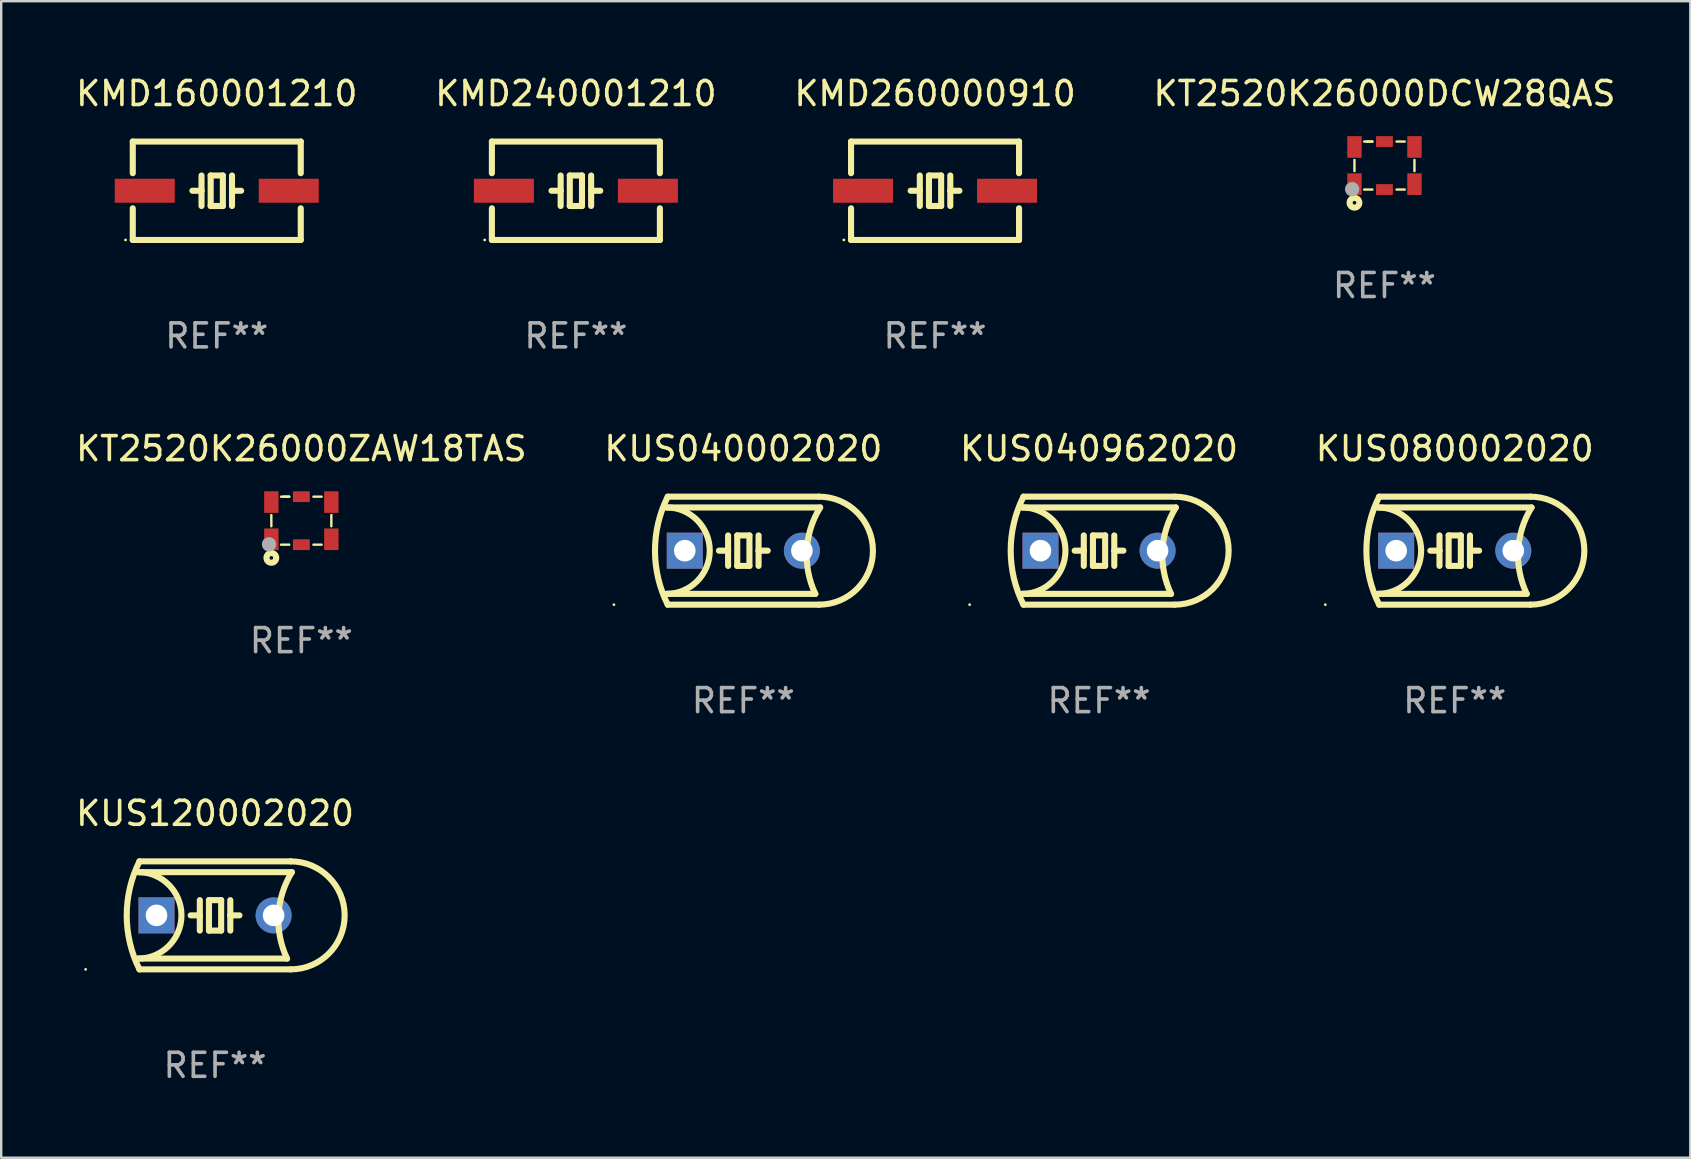
<source format=kicad_pcb>
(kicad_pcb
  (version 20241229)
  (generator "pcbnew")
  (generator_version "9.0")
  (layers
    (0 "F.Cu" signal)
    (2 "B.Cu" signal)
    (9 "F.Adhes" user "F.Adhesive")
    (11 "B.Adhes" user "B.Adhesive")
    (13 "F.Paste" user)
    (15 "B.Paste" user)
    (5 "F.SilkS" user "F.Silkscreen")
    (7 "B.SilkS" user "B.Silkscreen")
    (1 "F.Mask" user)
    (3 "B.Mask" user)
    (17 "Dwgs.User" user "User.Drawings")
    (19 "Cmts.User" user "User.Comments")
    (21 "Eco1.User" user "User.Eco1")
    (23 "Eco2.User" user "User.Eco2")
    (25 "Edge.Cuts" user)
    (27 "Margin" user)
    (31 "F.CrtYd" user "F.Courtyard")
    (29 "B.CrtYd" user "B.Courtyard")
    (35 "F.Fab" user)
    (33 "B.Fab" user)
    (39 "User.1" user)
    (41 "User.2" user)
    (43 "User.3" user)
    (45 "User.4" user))
  (footprint "KT2520K26000DCW28QAS"
    (layer "F.Cu")
    (at 54.637 3.848)
    (property "Reference" "KT2520K26000DCW28QAS" (at 0 -3 0) (layer "F.SilkS") (effects (font (size 1 1) (thickness 0.15))))
    (attr through_hole)
    (fp_line (start -1.25 0.233) (end -1.25 -0.233) (stroke (width 0.1) (type solid)) (layer "F.SilkS"))
    (fp_line (start -0.846 -1) (end -0.504 -1) (stroke (width 0.1) (type solid)) (layer "F.SilkS"))
    (fp_line (start -0.846 1) (end -0.504 1) (stroke (width 0.1) (type solid)) (layer "F.SilkS"))
    (fp_line (start -0.75 -1) (end -0.504 -1) (stroke (width 0.1) (type solid)) (layer "F.SilkS"))
    (fp_line (start 0.504 -1) (end 0.846 -1) (stroke (width 0.1) (type solid)) (layer "F.SilkS"))
    (fp_line (start 0.504 1) (end 0.846 1) (stroke (width 0.1) (type solid)) (layer "F.SilkS"))
    (fp_line (start 1.25 0.233) (end 1.25 -0.233) (stroke (width 0.1) (type solid)) (layer "F.SilkS"))
    (fp_circle (center -1.25 1.001) (end -1.22 1.001) (stroke (width 0.06) (type solid)) (fill no) (layer "F.SilkS"))
    (fp_circle (center -1.25 1.55) (end -1.174 1.55) (stroke (width 0.254) (type solid)) (fill no) (layer "F.SilkS"))
    (fp_circle (center -1.347 0.985) (end -1.197 0.985) (stroke (width 0.3) (type solid)) (fill no) (layer "F.Fab"))
    (fp_text user "REF**" (at 0 5 0) (layer "F.Fab") (effects (font (size 1 1) (thickness 0.15))))
    (pad "1" smd rect (at -1.25 0.775) (size 0.6 0.9) (layers "F.Cu" "F.Mask" "F.Paste"))
    (pad "2" smd rect (at -0.000013 1) (size 0.7 0.45) (layers "F.Cu" "F.Mask" "F.Paste"))
    (pad "3" smd rect (at 1.25 0.775) (size 0.6 0.9) (layers "F.Cu" "F.Mask" "F.Paste"))
    (pad "4" smd rect (at 1.25 -0.775) (size 0.6 0.9) (layers "F.Cu" "F.Mask" "F.Paste"))
    (pad "5" smd rect (at -0.000013 -1) (size 0.7 0.45) (layers "F.Cu" "F.Mask" "F.Paste"))
    (pad "6" smd rect (at -1.25 -0.775) (size 0.6 0.9) (layers "F.Cu" "F.Mask" "F.Paste")))
  (footprint "KT2520K26000ZAW18TAS"
    (layer "F.Cu")
    (at 9.506 18.645)
    (property "Reference" "KT2520K26000ZAW18TAS" (at 0 -3 0) (layer "F.SilkS") (effects (font (size 1 1) (thickness 0.15))))
    (attr through_hole)
    (fp_line (start -1.25 0.233) (end -1.25 -0.233) (stroke (width 0.1) (type solid)) (layer "F.SilkS"))
    (fp_line (start -0.846 -1) (end -0.504 -1) (stroke (width 0.1) (type solid)) (layer "F.SilkS"))
    (fp_line (start -0.846 1) (end -0.504 1) (stroke (width 0.1) (type solid)) (layer "F.SilkS"))
    (fp_line (start -0.75 -1) (end -0.504 -1) (stroke (width 0.1) (type solid)) (layer "F.SilkS"))
    (fp_line (start 0.504 -1) (end 0.846 -1) (stroke (width 0.1) (type solid)) (layer "F.SilkS"))
    (fp_line (start 0.504 1) (end 0.846 1) (stroke (width 0.1) (type solid)) (layer "F.SilkS"))
    (fp_line (start 1.25 0.233) (end 1.25 -0.233) (stroke (width 0.1) (type solid)) (layer "F.SilkS"))
    (fp_circle (center -1.25 1.001) (end -1.22 1.001) (stroke (width 0.06) (type solid)) (fill no) (layer "F.SilkS"))
    (fp_circle (center -1.25 1.55) (end -1.174 1.55) (stroke (width 0.254) (type solid)) (fill no) (layer "F.SilkS"))
    (fp_circle (center -1.347 0.985) (end -1.197 0.985) (stroke (width 0.3) (type solid)) (fill no) (layer "F.Fab"))
    (fp_text user "REF**" (at 0 5 0) (layer "F.Fab") (effects (font (size 1 1) (thickness 0.15))))
    (pad "1" smd rect (at -1.25 0.775) (size 0.6 0.9) (layers "F.Cu" "F.Mask" "F.Paste"))
    (pad "2" smd rect (at -0.000013 1) (size 0.7 0.45) (layers "F.Cu" "F.Mask" "F.Paste"))
    (pad "3" smd rect (at 1.25 0.775) (size 0.6 0.9) (layers "F.Cu" "F.Mask" "F.Paste"))
    (pad "4" smd rect (at 1.25 -0.775) (size 0.6 0.9) (layers "F.Cu" "F.Mask" "F.Paste"))
    (pad "5" smd rect (at -0.000013 -1) (size 0.7 0.45) (layers "F.Cu" "F.Mask" "F.Paste"))
    (pad "6" smd rect (at -1.25 -0.775) (size 0.6 0.9) (layers "F.Cu" "F.Mask" "F.Paste")))
  (footprint "KMD160001210"
    (layer "F.Cu")
    (at 5.982 4.898)
    (property "Reference" "KMD160001210" (at 0 -4.05 0) (layer "F.SilkS") (effects (font (size 1 1) (thickness 0.15))))
    (attr through_hole)
    (fp_line (start -3.5 -2.05) (end -3.5 -0.731) (stroke (width 0.254) (type solid)) (layer "F.SilkS"))
    (fp_line (start -3.5 0.731) (end -3.5 2.05) (stroke (width 0.254) (type solid)) (layer "F.SilkS"))
    (fp_line (start -3.5 2.05) (end 3.5 2.05) (stroke (width 0.254) (type solid)) (layer "F.SilkS"))
    (fp_line (start -0.635 -0.635) (end -0.635 -0.000013) (stroke (width 0.254) (type solid)) (layer "F.SilkS"))
    (fp_line (start -0.635 -0.000013) (end -1.016 -0.000013) (stroke (width 0.254) (type solid)) (layer "F.SilkS"))
    (fp_line (start -0.635 -0.000013) (end -0.635 0.635) (stroke (width 0.254) (type solid)) (layer "F.SilkS"))
    (fp_line (start -0.254 -0.635) (end -0.254 0.635) (stroke (width 0.254) (type solid)) (layer "F.SilkS"))
    (fp_line (start -0.254 0.635) (end 0.254 0.635) (stroke (width 0.254) (type solid)) (layer "F.SilkS"))
    (fp_line (start 0.254 -0.635) (end -0.254 -0.635) (stroke (width 0.254) (type solid)) (layer "F.SilkS"))
    (fp_line (start 0.254 0.635) (end 0.254 -0.635) (stroke (width 0.254) (type solid)) (layer "F.SilkS"))
    (fp_line (start 0.635 -0.635) (end 0.635 -0.000013) (stroke (width 0.254) (type solid)) (layer "F.SilkS"))
    (fp_line (start 0.635 -0.000013) (end 0.635 0.635) (stroke (width 0.254) (type solid)) (layer "F.SilkS"))
    (fp_line (start 0.635 -0.000013) (end 1.016 -0.000013) (stroke (width 0.254) (type solid)) (layer "F.SilkS"))
    (fp_line (start 3.5 -2.05) (end -3.5 -2.05) (stroke (width 0.254) (type solid)) (layer "F.SilkS"))
    (fp_line (start 3.5 -0.731) (end 3.5 -2.05) (stroke (width 0.254) (type solid)) (layer "F.SilkS"))
    (fp_line (start 3.5 2.05) (end 3.5 0.731) (stroke (width 0.254) (type solid)) (layer "F.SilkS"))
    (fp_circle (center -3.8 2.05) (end -3.77 2.05) (stroke (width 0.06) (type solid)) (fill no) (layer "F.SilkS"))
    (fp_text user "REF**" (at 0 6.05 0) (layer "F.Fab") (effects (font (size 1 1) (thickness 0.15))))
    (pad "1" smd rect (at -3 -0.000013) (size 2.5 1) (layers "F.Cu" "F.Mask" "F.Paste"))
    (pad "2" smd rect (at 3 -0.000013) (size 2.5 1) (layers "F.Cu" "F.Mask" "F.Paste")))
  (footprint "KMD260000910"
    (layer "F.Cu")
    (at 35.911 4.898)
    (property "Reference" "KMD260000910" (at 0 -4.05 0) (layer "F.SilkS") (effects (font (size 1 1) (thickness 0.15))))
    (attr through_hole)
    (fp_line (start -3.5 -2.05) (end -3.5 -0.731) (stroke (width 0.254) (type solid)) (layer "F.SilkS"))
    (fp_line (start -3.5 0.731) (end -3.5 2.05) (stroke (width 0.254) (type solid)) (layer "F.SilkS"))
    (fp_line (start -3.5 2.05) (end 3.5 2.05) (stroke (width 0.254) (type solid)) (layer "F.SilkS"))
    (fp_line (start -0.635 -0.635) (end -0.635 -0.000013) (stroke (width 0.254) (type solid)) (layer "F.SilkS"))
    (fp_line (start -0.635 -0.000013) (end -1.016 -0.000013) (stroke (width 0.254) (type solid)) (layer "F.SilkS"))
    (fp_line (start -0.635 -0.000013) (end -0.635 0.635) (stroke (width 0.254) (type solid)) (layer "F.SilkS"))
    (fp_line (start -0.254 -0.635) (end -0.254 0.635) (stroke (width 0.254) (type solid)) (layer "F.SilkS"))
    (fp_line (start -0.254 0.635) (end 0.254 0.635) (stroke (width 0.254) (type solid)) (layer "F.SilkS"))
    (fp_line (start 0.254 -0.635) (end -0.254 -0.635) (stroke (width 0.254) (type solid)) (layer "F.SilkS"))
    (fp_line (start 0.254 0.635) (end 0.254 -0.635) (stroke (width 0.254) (type solid)) (layer "F.SilkS"))
    (fp_line (start 0.635 -0.635) (end 0.635 -0.000013) (stroke (width 0.254) (type solid)) (layer "F.SilkS"))
    (fp_line (start 0.635 -0.000013) (end 0.635 0.635) (stroke (width 0.254) (type solid)) (layer "F.SilkS"))
    (fp_line (start 0.635 -0.000013) (end 1.016 -0.000013) (stroke (width 0.254) (type solid)) (layer "F.SilkS"))
    (fp_line (start 3.5 -2.05) (end -3.5 -2.05) (stroke (width 0.254) (type solid)) (layer "F.SilkS"))
    (fp_line (start 3.5 -0.731) (end 3.5 -2.05) (stroke (width 0.254) (type solid)) (layer "F.SilkS"))
    (fp_line (start 3.5 2.05) (end 3.5 0.731) (stroke (width 0.254) (type solid)) (layer "F.SilkS"))
    (fp_circle (center -3.8 2.05) (end -3.77 2.05) (stroke (width 0.06) (type solid)) (fill no) (layer "F.SilkS"))
    (fp_text user "REF**" (at 0 6.05 0) (layer "F.Fab") (effects (font (size 1 1) (thickness 0.15))))
    (pad "1" smd rect (at -3 -0.000013) (size 2.5 1) (layers "F.Cu" "F.Mask" "F.Paste"))
    (pad "2" smd rect (at 3 -0.000013) (size 2.5 1) (layers "F.Cu" "F.Mask" "F.Paste")))
  (footprint "KUS040002020"
    (layer "F.Cu")
    (at 27.923 19.895)
    (property "Reference" "KUS040002020" (at 0 -4.25 0) (layer "F.SilkS") (effects (font (size 1 1) (thickness 0.15))))
    (attr through_hole)
    (fp_line (start -3.2 -1.8) (end 3.2 -1.8) (stroke (width 0.254) (type solid)) (layer "F.SilkS"))
    (fp_line (start -3.15 2.25) (end 3.15 2.25) (stroke (width 0.254) (type solid)) (layer "F.SilkS"))
    (fp_line (start -0.635 -0.635) (end -0.635 0) (stroke (width 0.254) (type solid)) (layer "F.SilkS"))
    (fp_line (start -0.635 0) (end -1.016 0) (stroke (width 0.254) (type solid)) (layer "F.SilkS"))
    (fp_line (start -0.635 0) (end -0.635 0.635) (stroke (width 0.254) (type solid)) (layer "F.SilkS"))
    (fp_line (start -0.254 -0.635) (end -0.254 0.635) (stroke (width 0.254) (type solid)) (layer "F.SilkS"))
    (fp_line (start -0.254 0.635) (end 0.254 0.635) (stroke (width 0.254) (type solid)) (layer "F.SilkS"))
    (fp_line (start 0.254 -0.635) (end -0.254 -0.635) (stroke (width 0.254) (type solid)) (layer "F.SilkS"))
    (fp_line (start 0.254 0.635) (end 0.254 -0.635) (stroke (width 0.254) (type solid)) (layer "F.SilkS"))
    (fp_line (start 0.635 -0.635) (end 0.635 0) (stroke (width 0.254) (type solid)) (layer "F.SilkS"))
    (fp_line (start 0.635 0) (end 0.635 0.635) (stroke (width 0.254) (type solid)) (layer "F.SilkS"))
    (fp_line (start 0.635 0) (end 1.016 0) (stroke (width 0.254) (type solid)) (layer "F.SilkS"))
    (fp_line (start 3 1.8) (end -3.2 1.8) (stroke (width 0.254) (type solid)) (layer "F.SilkS"))
    (fp_line (start 3.15 -2.25) (end -3.15 -2.25) (stroke (width 0.254) (type solid)) (layer "F.SilkS"))
    (fp_arc (start -3.200406 -1.800864) (mid -1.399974 -0.000635) (end -3.2 1.8) (stroke (width 0.254001) (type solid)) (layer "F.SilkS"))
    (fp_arc (start -3.149606 2.250444) (mid -3.680941 0.000261) (end -3.149987 -2.250013) (stroke (width 0.254001) (type solid)) (layer "F.SilkS"))
    (fp_arc (start 2.999746 1.800863) (mid 2.642982 -0.024977) (end 3.2 -1.8) (stroke (width 0.254001) (type solid)) (layer "F.SilkS"))
    (fp_arc (start 3.149607 -2.250445) (mid 5.399848 -0.000406) (end 3.149987 2.250013) (stroke (width 0.254001) (type solid)) (layer "F.SilkS"))
    (fp_circle (center -5.392 2.25) (end -5.362 2.25) (stroke (width 0.06) (type solid)) (fill no) (layer "F.SilkS"))
    (fp_text user "REF**" (at 0 6.25 0) (layer "F.Fab") (effects (font (size 1 1) (thickness 0.15))))
    (pad "1" thru_hole rect (at -2.44 0) (size 1.5 1.5) (drill 0.9) (layers "*.Cu" "*.Mask"))
    (pad "2" thru_hole circle (at 2.44 0) (size 1.5 1.5) (drill 0.9) (layers "*.Cu" "*.Mask")))
  (footprint "KUS080002020"
    (layer "F.Cu")
    (at 57.565 19.895)
    (property "Reference" "KUS080002020" (at 0 -4.25 0) (layer "F.SilkS") (effects (font (size 1 1) (thickness 0.15))))
    (attr through_hole)
    (fp_line (start -3.2 -1.8) (end 3.2 -1.8) (stroke (width 0.254) (type solid)) (layer "F.SilkS"))
    (fp_line (start -3.15 2.25) (end 3.15 2.25) (stroke (width 0.254) (type solid)) (layer "F.SilkS"))
    (fp_line (start -0.635 -0.635) (end -0.635 0) (stroke (width 0.254) (type solid)) (layer "F.SilkS"))
    (fp_line (start -0.635 0) (end -1.016 0) (stroke (width 0.254) (type solid)) (layer "F.SilkS"))
    (fp_line (start -0.635 0) (end -0.635 0.635) (stroke (width 0.254) (type solid)) (layer "F.SilkS"))
    (fp_line (start -0.254 -0.635) (end -0.254 0.635) (stroke (width 0.254) (type solid)) (layer "F.SilkS"))
    (fp_line (start -0.254 0.635) (end 0.254 0.635) (stroke (width 0.254) (type solid)) (layer "F.SilkS"))
    (fp_line (start 0.254 -0.635) (end -0.254 -0.635) (stroke (width 0.254) (type solid)) (layer "F.SilkS"))
    (fp_line (start 0.254 0.635) (end 0.254 -0.635) (stroke (width 0.254) (type solid)) (layer "F.SilkS"))
    (fp_line (start 0.635 -0.635) (end 0.635 0) (stroke (width 0.254) (type solid)) (layer "F.SilkS"))
    (fp_line (start 0.635 0) (end 0.635 0.635) (stroke (width 0.254) (type solid)) (layer "F.SilkS"))
    (fp_line (start 0.635 0) (end 1.016 0) (stroke (width 0.254) (type solid)) (layer "F.SilkS"))
    (fp_line (start 3 1.8) (end -3.2 1.8) (stroke (width 0.254) (type solid)) (layer "F.SilkS"))
    (fp_line (start 3.15 -2.25) (end -3.15 -2.25) (stroke (width 0.254) (type solid)) (layer "F.SilkS"))
    (fp_arc (start -3.200406 -1.800864) (mid -1.399974 -0.000635) (end -3.2 1.8) (stroke (width 0.254001) (type solid)) (layer "F.SilkS"))
    (fp_arc (start -3.149606 2.250444) (mid -3.680941 0.000261) (end -3.149987 -2.250013) (stroke (width 0.254001) (type solid)) (layer "F.SilkS"))
    (fp_arc (start 2.999746 1.800863) (mid 2.642982 -0.024977) (end 3.2 -1.8) (stroke (width 0.254001) (type solid)) (layer "F.SilkS"))
    (fp_arc (start 3.149607 -2.250445) (mid 5.399848 -0.000406) (end 3.149987 2.250013) (stroke (width 0.254001) (type solid)) (layer "F.SilkS"))
    (fp_circle (center -5.392 2.25) (end -5.362 2.25) (stroke (width 0.06) (type solid)) (fill no) (layer "F.SilkS"))
    (fp_text user "REF**" (at 0 6.25 0) (layer "F.Fab") (effects (font (size 1 1) (thickness 0.15))))
    (pad "1" thru_hole rect (at -2.44 0) (size 1.5 1.5) (drill 0.9) (layers "*.Cu" "*.Mask"))
    (pad "2" thru_hole circle (at 2.44 0) (size 1.5 1.5) (drill 0.9) (layers "*.Cu" "*.Mask")))
  (footprint "KUS120002020"
    (layer "F.Cu")
    (at 5.911 35.091)
    (property "Reference" "KUS120002020" (at 0 -4.25 0) (layer "F.SilkS") (effects (font (size 1 1) (thickness 0.15))))
    (attr through_hole)
    (fp_line (start -3.2 -1.8) (end 3.2 -1.8) (stroke (width 0.254) (type solid)) (layer "F.SilkS"))
    (fp_line (start -3.15 2.25) (end 3.15 2.25) (stroke (width 0.254) (type solid)) (layer "F.SilkS"))
    (fp_line (start -0.635 -0.635) (end -0.635 0) (stroke (width 0.254) (type solid)) (layer "F.SilkS"))
    (fp_line (start -0.635 0) (end -1.016 0) (stroke (width 0.254) (type solid)) (layer "F.SilkS"))
    (fp_line (start -0.635 0) (end -0.635 0.635) (stroke (width 0.254) (type solid)) (layer "F.SilkS"))
    (fp_line (start -0.254 -0.635) (end -0.254 0.635) (stroke (width 0.254) (type solid)) (layer "F.SilkS"))
    (fp_line (start -0.254 0.635) (end 0.254 0.635) (stroke (width 0.254) (type solid)) (layer "F.SilkS"))
    (fp_line (start 0.254 -0.635) (end -0.254 -0.635) (stroke (width 0.254) (type solid)) (layer "F.SilkS"))
    (fp_line (start 0.254 0.635) (end 0.254 -0.635) (stroke (width 0.254) (type solid)) (layer "F.SilkS"))
    (fp_line (start 0.635 -0.635) (end 0.635 0) (stroke (width 0.254) (type solid)) (layer "F.SilkS"))
    (fp_line (start 0.635 0) (end 0.635 0.635) (stroke (width 0.254) (type solid)) (layer "F.SilkS"))
    (fp_line (start 0.635 0) (end 1.016 0) (stroke (width 0.254) (type solid)) (layer "F.SilkS"))
    (fp_line (start 3 1.8) (end -3.2 1.8) (stroke (width 0.254) (type solid)) (layer "F.SilkS"))
    (fp_line (start 3.15 -2.25) (end -3.15 -2.25) (stroke (width 0.254) (type solid)) (layer "F.SilkS"))
    (fp_arc (start -3.200406 -1.800864) (mid -1.399974 -0.000635) (end -3.2 1.8) (stroke (width 0.254001) (type solid)) (layer "F.SilkS"))
    (fp_arc (start -3.149606 2.250444) (mid -3.680941 0.000261) (end -3.149987 -2.250013) (stroke (width 0.254001) (type solid)) (layer "F.SilkS"))
    (fp_arc (start 2.999746 1.800863) (mid 2.642982 -0.024977) (end 3.2 -1.8) (stroke (width 0.254001) (type solid)) (layer "F.SilkS"))
    (fp_arc (start 3.149607 -2.250445) (mid 5.399848 -0.000406) (end 3.149987 2.250013) (stroke (width 0.254001) (type solid)) (layer "F.SilkS"))
    (fp_circle (center -5.392 2.25) (end -5.362 2.25) (stroke (width 0.06) (type solid)) (fill no) (layer "F.SilkS"))
    (fp_text user "REF**" (at 0 6.25 0) (layer "F.Fab") (effects (font (size 1 1) (thickness 0.15))))
    (pad "1" thru_hole rect (at -2.44 0) (size 1.5 1.5) (drill 0.9) (layers "*.Cu" "*.Mask"))
    (pad "2" thru_hole circle (at 2.44 0) (size 1.5 1.5) (drill 0.9) (layers "*.Cu" "*.Mask")))
  (footprint "KUS040962020"
    (layer "F.Cu")
    (at 42.744 19.895)
    (property "Reference" "KUS040962020" (at 0 -4.25 0) (layer "F.SilkS") (effects (font (size 1 1) (thickness 0.15))))
    (attr through_hole)
    (fp_line (start -3.2 -1.8) (end 3.2 -1.8) (stroke (width 0.254) (type solid)) (layer "F.SilkS"))
    (fp_line (start -3.15 2.25) (end 3.15 2.25) (stroke (width 0.254) (type solid)) (layer "F.SilkS"))
    (fp_line (start -0.635 -0.635) (end -0.635 0) (stroke (width 0.254) (type solid)) (layer "F.SilkS"))
    (fp_line (start -0.635 0) (end -1.016 0) (stroke (width 0.254) (type solid)) (layer "F.SilkS"))
    (fp_line (start -0.635 0) (end -0.635 0.635) (stroke (width 0.254) (type solid)) (layer "F.SilkS"))
    (fp_line (start -0.254 -0.635) (end -0.254 0.635) (stroke (width 0.254) (type solid)) (layer "F.SilkS"))
    (fp_line (start -0.254 0.635) (end 0.254 0.635) (stroke (width 0.254) (type solid)) (layer "F.SilkS"))
    (fp_line (start 0.254 -0.635) (end -0.254 -0.635) (stroke (width 0.254) (type solid)) (layer "F.SilkS"))
    (fp_line (start 0.254 0.635) (end 0.254 -0.635) (stroke (width 0.254) (type solid)) (layer "F.SilkS"))
    (fp_line (start 0.635 -0.635) (end 0.635 0) (stroke (width 0.254) (type solid)) (layer "F.SilkS"))
    (fp_line (start 0.635 0) (end 0.635 0.635) (stroke (width 0.254) (type solid)) (layer "F.SilkS"))
    (fp_line (start 0.635 0) (end 1.016 0) (stroke (width 0.254) (type solid)) (layer "F.SilkS"))
    (fp_line (start 3 1.8) (end -3.2 1.8) (stroke (width 0.254) (type solid)) (layer "F.SilkS"))
    (fp_line (start 3.15 -2.25) (end -3.15 -2.25) (stroke (width 0.254) (type solid)) (layer "F.SilkS"))
    (fp_arc (start -3.200406 -1.800864) (mid -1.399974 -0.000635) (end -3.2 1.8) (stroke (width 0.254001) (type solid)) (layer "F.SilkS"))
    (fp_arc (start -3.149606 2.250444) (mid -3.680941 0.000261) (end -3.149987 -2.250013) (stroke (width 0.254001) (type solid)) (layer "F.SilkS"))
    (fp_arc (start 2.999746 1.800863) (mid 2.642982 -0.024977) (end 3.2 -1.8) (stroke (width 0.254001) (type solid)) (layer "F.SilkS"))
    (fp_arc (start 3.149607 -2.250445) (mid 5.399848 -0.000406) (end 3.149987 2.250013) (stroke (width 0.254001) (type solid)) (layer "F.SilkS"))
    (fp_circle (center -5.392 2.25) (end -5.362 2.25) (stroke (width 0.06) (type solid)) (fill no) (layer "F.SilkS"))
    (fp_text user "REF**" (at 0 6.25 0) (layer "F.Fab") (effects (font (size 1 1) (thickness 0.15))))
    (pad "1" thru_hole rect (at -2.44 0) (size 1.5 1.5) (drill 0.9) (layers "*.Cu" "*.Mask"))
    (pad "2" thru_hole circle (at 2.44 0) (size 1.5 1.5) (drill 0.9) (layers "*.Cu" "*.Mask")))
  (footprint "KMD240001210"
    (layer "F.Cu")
    (at 20.946 4.898)
    (property "Reference" "KMD240001210" (at 0 -4.05 0) (layer "F.SilkS") (effects (font (size 1 1) (thickness 0.15))))
    (attr through_hole)
    (fp_line (start -3.5 -2.05) (end -3.5 -0.731) (stroke (width 0.254) (type solid)) (layer "F.SilkS"))
    (fp_line (start -3.5 0.731) (end -3.5 2.05) (stroke (width 0.254) (type solid)) (layer "F.SilkS"))
    (fp_line (start -3.5 2.05) (end 3.5 2.05) (stroke (width 0.254) (type solid)) (layer "F.SilkS"))
    (fp_line (start -0.635 -0.635) (end -0.635 -0.000013) (stroke (width 0.254) (type solid)) (layer "F.SilkS"))
    (fp_line (start -0.635 -0.000013) (end -1.016 -0.000013) (stroke (width 0.254) (type solid)) (layer "F.SilkS"))
    (fp_line (start -0.635 -0.000013) (end -0.635 0.635) (stroke (width 0.254) (type solid)) (layer "F.SilkS"))
    (fp_line (start -0.254 -0.635) (end -0.254 0.635) (stroke (width 0.254) (type solid)) (layer "F.SilkS"))
    (fp_line (start -0.254 0.635) (end 0.254 0.635) (stroke (width 0.254) (type solid)) (layer "F.SilkS"))
    (fp_line (start 0.254 -0.635) (end -0.254 -0.635) (stroke (width 0.254) (type solid)) (layer "F.SilkS"))
    (fp_line (start 0.254 0.635) (end 0.254 -0.635) (stroke (width 0.254) (type solid)) (layer "F.SilkS"))
    (fp_line (start 0.635 -0.635) (end 0.635 -0.000013) (stroke (width 0.254) (type solid)) (layer "F.SilkS"))
    (fp_line (start 0.635 -0.000013) (end 0.635 0.635) (stroke (width 0.254) (type solid)) (layer "F.SilkS"))
    (fp_line (start 0.635 -0.000013) (end 1.016 -0.000013) (stroke (width 0.254) (type solid)) (layer "F.SilkS"))
    (fp_line (start 3.5 -2.05) (end -3.5 -2.05) (stroke (width 0.254) (type solid)) (layer "F.SilkS"))
    (fp_line (start 3.5 -0.731) (end 3.5 -2.05) (stroke (width 0.254) (type solid)) (layer "F.SilkS"))
    (fp_line (start 3.5 2.05) (end 3.5 0.731) (stroke (width 0.254) (type solid)) (layer "F.SilkS"))
    (fp_circle (center -3.8 2.05) (end -3.77 2.05) (stroke (width 0.06) (type solid)) (fill no) (layer "F.SilkS"))
    (fp_text user "REF**" (at 0 6.05 0) (layer "F.Fab") (effects (font (size 1 1) (thickness 0.15))))
    (pad "1" smd rect (at -3 -0.000013) (size 2.5 1) (layers "F.Cu" "F.Mask" "F.Paste"))
    (pad "2" smd rect (at 3 -0.000013) (size 2.5 1) (layers "F.Cu" "F.Mask" "F.Paste")))
  (gr_rect
    (start -3 -3)
    (end 67.381 45.19)
    (stroke (width 0.1) (type default))
    (fill no)
    (layer "Edge.Cuts")))
</source>
